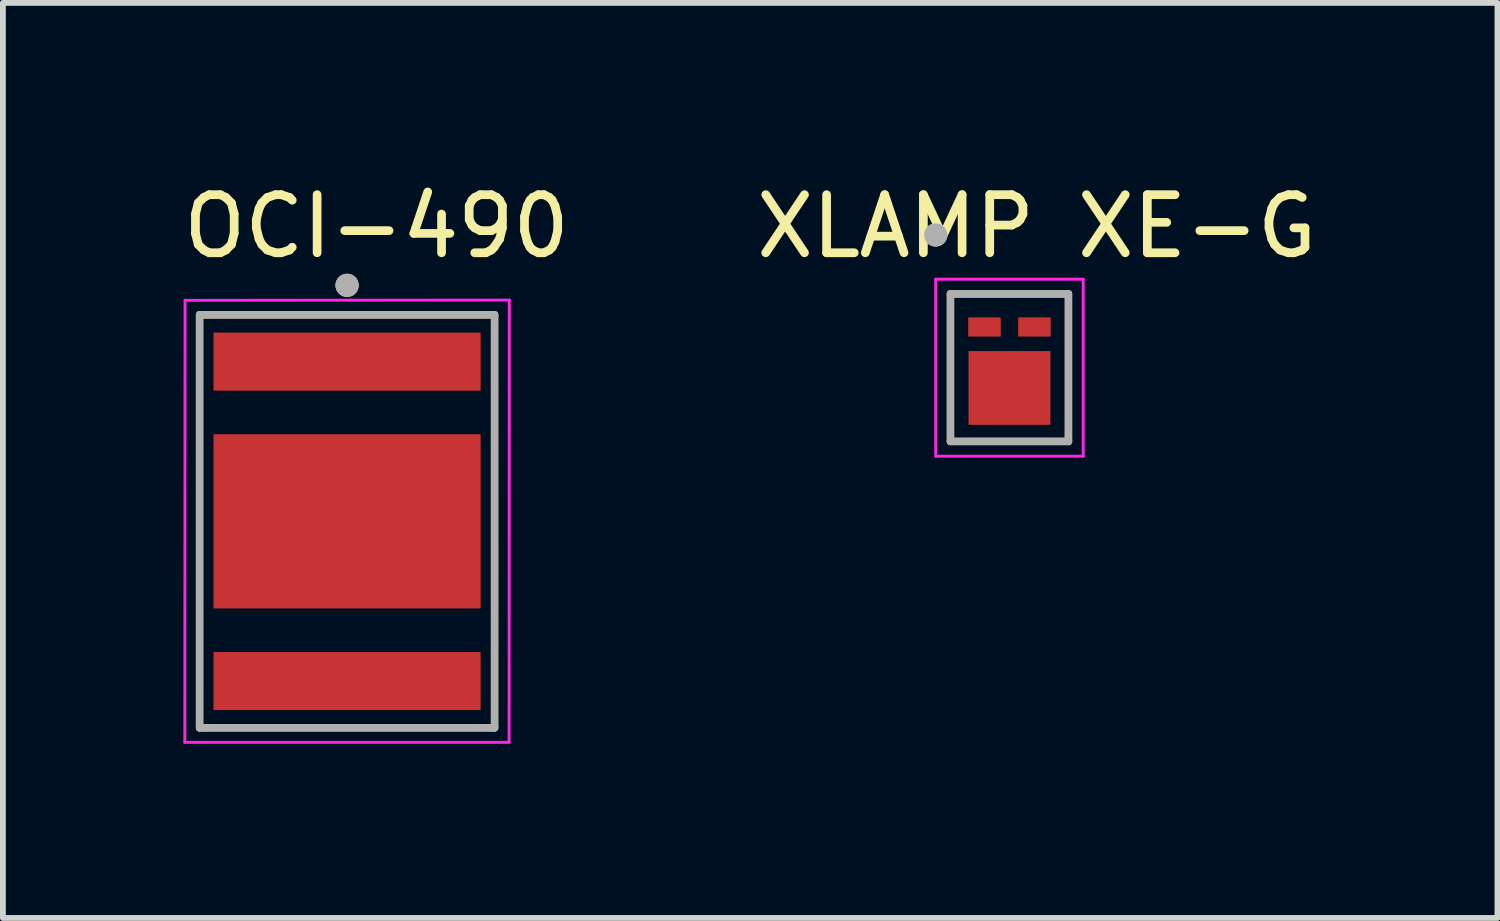
<source format=kicad_pcb>
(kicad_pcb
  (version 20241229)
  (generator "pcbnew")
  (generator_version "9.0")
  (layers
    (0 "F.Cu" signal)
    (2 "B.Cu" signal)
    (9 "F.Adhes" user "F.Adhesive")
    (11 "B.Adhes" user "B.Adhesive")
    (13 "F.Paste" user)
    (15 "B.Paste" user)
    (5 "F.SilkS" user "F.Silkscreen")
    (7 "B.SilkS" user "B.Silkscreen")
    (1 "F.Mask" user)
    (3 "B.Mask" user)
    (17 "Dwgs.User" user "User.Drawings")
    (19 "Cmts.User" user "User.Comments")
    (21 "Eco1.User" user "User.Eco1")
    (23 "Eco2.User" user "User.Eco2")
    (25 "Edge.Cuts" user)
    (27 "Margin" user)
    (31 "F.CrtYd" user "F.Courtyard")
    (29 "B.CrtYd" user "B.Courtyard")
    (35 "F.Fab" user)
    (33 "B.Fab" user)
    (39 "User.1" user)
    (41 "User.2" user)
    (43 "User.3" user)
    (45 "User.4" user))
  (footprint "OCI-490"
    (layer "F.Cu")
    (at 2.927 5.928)
    (property "Reference" "OCI-490" (at 0.508 -5.08 0) (layer "F.SilkS") (effects (font (size 1 1) (thickness 0.15))))
    (attr smd)
    (fp_line (start -2.54 -3.556) (end 2.54 -3.556) (stroke (width 0.127) (type solid)) (layer "F.SilkS"))
    (fp_line (start -2.54 3.556) (end -2.54 -3.556) (stroke (width 0.127) (type solid)) (layer "F.SilkS"))
    (fp_line (start 2.54 -3.556) (end 2.54 3.556) (stroke (width 0.127) (type solid)) (layer "F.SilkS"))
    (fp_line (start 2.54 3.556) (end -2.54 3.556) (stroke (width 0.127) (type solid)) (layer "F.SilkS"))
    (fp_circle (center 0 -4.064) (end 0.1 -4.064) (stroke (width 0.2) (type solid)) (fill no) (layer "F.SilkS"))
    (fp_poly (pts (xy -0.315 -0.85) (xy 0.315 -0.85) (xy 0.315 0.85) (xy -0.315 0.85)) (stroke (width 0.01) (type solid)) (fill yes) (layer "F.Paste"))
    (fp_line (start -2.794 3.806) (end -2.79 -3.806) (stroke (width 0.05) (type solid)) (layer "F.CrtYd"))
    (fp_line (start -2.79 -3.806) (end 2.794 -3.81) (stroke (width 0.05) (type solid)) (layer "F.CrtYd"))
    (fp_line (start 2.79 3.806) (end -2.794 3.806) (stroke (width 0.05) (type solid)) (layer "F.CrtYd"))
    (fp_line (start 2.794 -3.81) (end 2.79 3.806) (stroke (width 0.05) (type solid)) (layer "F.CrtYd"))
    (fp_line (start -2.54 -3.556) (end 2.54 -3.556) (stroke (width 0.127) (type solid)) (layer "F.Fab"))
    (fp_line (start -2.54 3.556) (end -2.54 -3.556) (stroke (width 0.127) (type solid)) (layer "F.Fab"))
    (fp_line (start 2.54 -3.556) (end 2.54 3.556) (stroke (width 0.127) (type solid)) (layer "F.Fab"))
    (fp_line (start 2.54 3.556) (end -2.54 3.556) (stroke (width 0.127) (type solid)) (layer "F.Fab"))
    (fp_circle (center 0 -4.064) (end 0.1 -4.064) (stroke (width 0.2) (type solid)) (fill no) (layer "F.Fab"))
    (pad "1" smd rect (at 0 -2.75) (size 4.6 1) (layers "F.Cu" "F.Mask" "F.Paste"))
    (pad "2" smd rect (at 0 2.75) (size 4.6 1) (layers "F.Cu" "F.Mask" "F.Paste"))
    (pad "3" smd rect (at 0 0) (size 4.6 3) (layers "F.Cu" "F.Mask")))
  (footprint "XLAMP XE-G"
    (layer "F.Cu")
    (at 14.334 3.536)
    (property "Reference" "XLAMP XE-G" (at 0.47 -2.688 0) (layer "F.SilkS") (effects (font (size 1 1) (thickness 0.15))))
    (attr smd)
    (fp_line (start -1.016 -1.524) (end 1.016 -1.524) (stroke (width 0.127) (type solid)) (layer "F.SilkS"))
    (fp_line (start -1.016 1.016) (end -1.016 -1.524) (stroke (width 0.127) (type solid)) (layer "F.SilkS"))
    (fp_line (start 1.016 -1.524) (end 1.016 1.016) (stroke (width 0.127) (type solid)) (layer "F.SilkS"))
    (fp_line (start 1.016 1.016) (end -1.016 1.016) (stroke (width 0.127) (type solid)) (layer "F.SilkS"))
    (fp_circle (center -1.27 -2.54) (end -1.17 -2.54) (stroke (width 0.2) (type solid)) (fill no) (layer "F.SilkS"))
    (fp_poly (pts (xy -0.315 -0.85) (xy 0.315 -0.85) (xy 0.315 0.85) (xy -0.315 0.85)) (stroke (width 0.01) (type solid)) (fill yes) (layer "F.Paste"))
    (fp_line (start -1.27 -1.778) (end 1.27 -1.778) (stroke (width 0.05) (type solid)) (layer "F.CrtYd"))
    (fp_line (start -1.27 1.27) (end -1.27 -1.778) (stroke (width 0.05) (type solid)) (layer "F.CrtYd"))
    (fp_line (start 1.27 -1.778) (end 1.27 1.27) (stroke (width 0.05) (type solid)) (layer "F.CrtYd"))
    (fp_line (start 1.27 1.27) (end -1.27 1.27) (stroke (width 0.05) (type solid)) (layer "F.CrtYd"))
    (fp_line (start -1.016 -1.524) (end 1.016 -1.524) (stroke (width 0.127) (type solid)) (layer "F.Fab"))
    (fp_line (start -1.016 1.016) (end -1.016 -1.524) (stroke (width 0.127) (type solid)) (layer "F.Fab"))
    (fp_line (start 1.016 -1.524) (end 1.016 1.016) (stroke (width 0.127) (type solid)) (layer "F.Fab"))
    (fp_line (start 1.016 1.016) (end -1.016 1.016) (stroke (width 0.127) (type solid)) (layer "F.Fab"))
    (fp_circle (center -1.27 -2.54) (end -1.17 -2.54) (stroke (width 0.2) (type solid)) (fill no) (layer "F.Fab"))
    (pad "1" smd rect (at -0.43 -0.955) (size 0.56 0.33) (layers "F.Cu" "F.Mask" "F.Paste"))
    (pad "2" smd rect (at 0.43 -0.955) (size 0.56 0.33) (layers "F.Cu" "F.Mask" "F.Paste"))
    (pad "3" smd rect (at 0 0.095) (size 1.41 1.27) (layers "F.Cu" "F.Mask")))
  (gr_rect
    (start -3 -3)
    (end 22.738 12.759)
    (stroke (width 0.1) (type default))
    (fill no)
    (layer "Edge.Cuts")))
</source>
